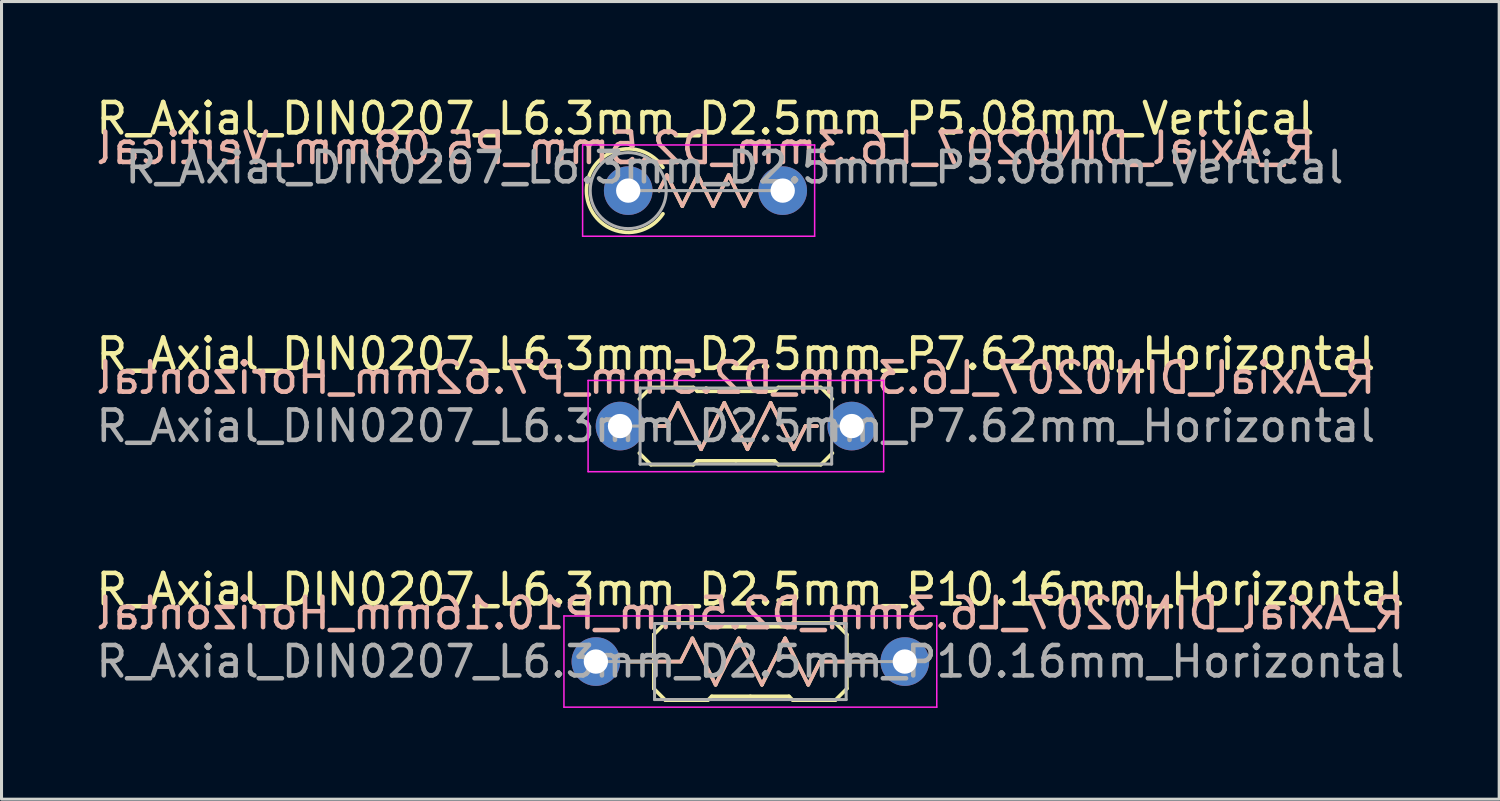
<source format=kicad_pcb>
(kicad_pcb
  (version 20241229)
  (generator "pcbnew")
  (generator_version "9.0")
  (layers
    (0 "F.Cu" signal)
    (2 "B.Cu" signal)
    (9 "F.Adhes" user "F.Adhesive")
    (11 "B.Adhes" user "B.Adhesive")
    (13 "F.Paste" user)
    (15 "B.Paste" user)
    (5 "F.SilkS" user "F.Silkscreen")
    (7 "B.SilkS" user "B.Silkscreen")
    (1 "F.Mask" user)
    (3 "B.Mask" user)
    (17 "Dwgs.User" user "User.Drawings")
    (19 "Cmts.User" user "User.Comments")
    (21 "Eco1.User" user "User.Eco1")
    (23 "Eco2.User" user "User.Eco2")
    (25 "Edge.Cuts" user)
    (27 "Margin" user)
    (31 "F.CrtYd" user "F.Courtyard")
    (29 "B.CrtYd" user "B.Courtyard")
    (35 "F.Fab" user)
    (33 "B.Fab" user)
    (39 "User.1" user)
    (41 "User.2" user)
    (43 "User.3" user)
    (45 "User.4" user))
  (footprint "R_Axial_DIN0207_L6.3mm_D2.5mm_P7.62mm_Horizontal"
    (layer "F.Cu")
    (at 17.339 10.961)
    (property "Reference" "R_Axial_DIN0207_L6.3mm_D2.5mm_P7.62mm_Horizontal" (at 3.81 -2.37 0) (layer "F.SilkS") (effects (font (size 1 1) (thickness 0.15))))
    (attr through_hole)
    (fp_line (start 0.635 -0.889) (end 1.016 -1.27) (stroke (width 0.12) (type solid)) (layer "F.SilkS"))
    (fp_line (start 0.635 0.889) (end 1.016 1.27) (stroke (width 0.12) (type solid)) (layer "F.SilkS"))
    (fp_line (start 1.016 -1.27) (end 2.413 -1.27) (stroke (width 0.12) (type solid)) (layer "F.SilkS"))
    (fp_line (start 1.016 1.27) (end 2.413 1.27) (stroke (width 0.12) (type solid)) (layer "F.SilkS"))
    (fp_line (start 1.524 0) (end 1.143 0) (stroke (width 0.12) (type solid)) (layer "F.SilkS"))
    (fp_line (start 1.524 0) (end 1.905 -0.762) (stroke (width 0.12) (type solid)) (layer "F.SilkS"))
    (fp_line (start 1.905 -0.762) (end 2.667 0.762) (stroke (width 0.12) (type solid)) (layer "F.SilkS"))
    (fp_line (start 2.413 -1.27) (end 2.54 -1.143) (stroke (width 0.12) (type solid)) (layer "F.SilkS"))
    (fp_line (start 2.413 1.27) (end 2.54 1.143) (stroke (width 0.12) (type solid)) (layer "F.SilkS"))
    (fp_line (start 2.54 -1.143) (end 3.81 -1.143) (stroke (width 0.12) (type solid)) (layer "F.SilkS"))
    (fp_line (start 2.54 1.143) (end 3.81 1.143) (stroke (width 0.12) (type solid)) (layer "F.SilkS"))
    (fp_line (start 2.667 0.762) (end 3.429 -0.762) (stroke (width 0.12) (type solid)) (layer "F.SilkS"))
    (fp_line (start 3.429 -0.762) (end 4.191 0.762) (stroke (width 0.12) (type solid)) (layer "F.SilkS"))
    (fp_line (start 4.191 0.762) (end 4.953 -0.762) (stroke (width 0.12) (type solid)) (layer "F.SilkS"))
    (fp_line (start 4.953 -0.762) (end 5.715 0.762) (stroke (width 0.12) (type solid)) (layer "F.SilkS"))
    (fp_line (start 5.08 -1.143) (end 3.81 -1.143) (stroke (width 0.12) (type solid)) (layer "F.SilkS"))
    (fp_line (start 5.08 1.143) (end 3.81 1.143) (stroke (width 0.12) (type solid)) (layer "F.SilkS"))
    (fp_line (start 5.207 -1.27) (end 5.08 -1.143) (stroke (width 0.12) (type solid)) (layer "F.SilkS"))
    (fp_line (start 5.207 1.27) (end 5.08 1.143) (stroke (width 0.12) (type solid)) (layer "F.SilkS"))
    (fp_line (start 5.715 0.762) (end 6.096 0) (stroke (width 0.12) (type solid)) (layer "F.SilkS"))
    (fp_line (start 6.477 0) (end 6.096 0) (stroke (width 0.12) (type solid)) (layer "F.SilkS"))
    (fp_line (start 6.604 -1.27) (end 5.207 -1.27) (stroke (width 0.12) (type solid)) (layer "F.SilkS"))
    (fp_line (start 6.604 1.27) (end 5.207 1.27) (stroke (width 0.12) (type solid)) (layer "F.SilkS"))
    (fp_line (start 6.985 -0.889) (end 6.604 -1.27) (stroke (width 0.12) (type solid)) (layer "F.SilkS"))
    (fp_line (start 6.985 0.889) (end 6.604 1.27) (stroke (width 0.12) (type solid)) (layer "F.SilkS"))
    (fp_line (start 1.143 0) (end 1.524 0) (stroke (width 0.12) (type solid)) (layer "B.SilkS"))
    (fp_line (start 1.524 0) (end 1.905 -0.762) (stroke (width 0.12) (type solid)) (layer "B.SilkS"))
    (fp_line (start 1.905 -0.762) (end 2.667 0.762) (stroke (width 0.12) (type solid)) (layer "B.SilkS"))
    (fp_line (start 2.667 0.762) (end 3.429 -0.762) (stroke (width 0.12) (type solid)) (layer "B.SilkS"))
    (fp_line (start 3.429 -0.762) (end 4.191 0.762) (stroke (width 0.12) (type solid)) (layer "B.SilkS"))
    (fp_line (start 4.191 0.762) (end 4.953 -0.762) (stroke (width 0.12) (type solid)) (layer "B.SilkS"))
    (fp_line (start 4.953 -0.762) (end 5.715 0.762) (stroke (width 0.12) (type solid)) (layer "B.SilkS"))
    (fp_line (start 5.715 0.762) (end 6.096 0) (stroke (width 0.12) (type solid)) (layer "B.SilkS"))
    (fp_line (start 6.096 0) (end 6.477 0) (stroke (width 0.12) (type solid)) (layer "B.SilkS"))
    (fp_line (start -1.05 -1.5) (end -1.05 1.5) (stroke (width 0.05) (type solid)) (layer "F.CrtYd"))
    (fp_line (start -1.05 1.5) (end 8.67 1.5) (stroke (width 0.05) (type solid)) (layer "F.CrtYd"))
    (fp_line (start 8.67 -1.5) (end -1.05 -1.5) (stroke (width 0.05) (type solid)) (layer "F.CrtYd"))
    (fp_line (start 8.67 1.5) (end 8.67 -1.5) (stroke (width 0.05) (type solid)) (layer "F.CrtYd"))
    (fp_line (start 0 0) (end 0.66 0) (stroke (width 0.1) (type solid)) (layer "F.Fab"))
    (fp_line (start 0.66 -1.25) (end 0.66 1.25) (stroke (width 0.1) (type solid)) (layer "F.Fab"))
    (fp_line (start 0.66 1.25) (end 6.96 1.25) (stroke (width 0.1) (type solid)) (layer "F.Fab"))
    (fp_line (start 6.96 -1.25) (end 0.66 -1.25) (stroke (width 0.1) (type solid)) (layer "F.Fab"))
    (fp_line (start 6.96 1.25) (end 6.96 -1.25) (stroke (width 0.1) (type solid)) (layer "F.Fab"))
    (fp_line (start 7.62 0) (end 6.96 0) (stroke (width 0.1) (type solid)) (layer "F.Fab"))
    (fp_text user "${REFERENCE}" (at 3.81 -1.587 0) (unlocked yes) (layer "B.SilkS") (effects (font (size 1 1) (thickness 0.15)) (justify mirror)))
    (fp_text user "${REFERENCE}" (at 3.81 0 0) (layer "F.Fab") (effects (font (size 1 1) (thickness 0.15))))
    (pad "1" thru_hole circle (at 0 0) (size 1.6 1.6) (drill 0.8) (layers "*.Cu" "*.Mask"))
    (pad "2" thru_hole oval (at 7.62 0) (size 1.6 1.6) (drill 0.8) (layers "*.Cu" "*.Mask")))
  (footprint "R_Axial_DIN0207_L6.3mm_D2.5mm_P10.16mm_Horizontal"
    (layer "F.Cu")
    (at 16.545 18.705)
    (property "Reference" "R_Axial_DIN0207_L6.3mm_D2.5mm_P10.16mm_Horizontal" (at 5.08 -2.37 0) (layer "F.SilkS") (effects (font (size 1 1) (thickness 0.15))))
    (attr through_hole)
    (fp_line (start 1.905 -0.889) (end 1.905 0.889) (stroke (width 0.12) (type solid)) (layer "F.SilkS"))
    (fp_line (start 1.905 -0.889) (end 2.286 -1.27) (stroke (width 0.12) (type solid)) (layer "F.SilkS"))
    (fp_line (start 1.905 0) (end 1.016 0) (stroke (width 0.12) (type solid)) (layer "F.SilkS"))
    (fp_line (start 1.905 0.889) (end 2.286 1.27) (stroke (width 0.12) (type solid)) (layer "F.SilkS"))
    (fp_line (start 2.286 -1.27) (end 3.683 -1.27) (stroke (width 0.12) (type solid)) (layer "F.SilkS"))
    (fp_line (start 2.286 1.27) (end 3.683 1.27) (stroke (width 0.12) (type solid)) (layer "F.SilkS"))
    (fp_line (start 2.794 0) (end 1.905 0) (stroke (width 0.12) (type solid)) (layer "F.SilkS"))
    (fp_line (start 2.794 0) (end 3.175 -0.762) (stroke (width 0.12) (type solid)) (layer "F.SilkS"))
    (fp_line (start 3.175 -0.762) (end 3.937 0.762) (stroke (width 0.12) (type solid)) (layer "F.SilkS"))
    (fp_line (start 3.683 -1.27) (end 3.81 -1.143) (stroke (width 0.12) (type solid)) (layer "F.SilkS"))
    (fp_line (start 3.683 1.27) (end 3.81 1.143) (stroke (width 0.12) (type solid)) (layer "F.SilkS"))
    (fp_line (start 3.81 -1.143) (end 5.08 -1.143) (stroke (width 0.12) (type solid)) (layer "F.SilkS"))
    (fp_line (start 3.81 1.143) (end 5.08 1.143) (stroke (width 0.12) (type solid)) (layer "F.SilkS"))
    (fp_line (start 3.937 0.762) (end 4.699 -0.762) (stroke (width 0.12) (type solid)) (layer "F.SilkS"))
    (fp_line (start 4.699 -0.762) (end 5.461 0.762) (stroke (width 0.12) (type solid)) (layer "F.SilkS"))
    (fp_line (start 5.461 0.762) (end 6.223 -0.762) (stroke (width 0.12) (type solid)) (layer "F.SilkS"))
    (fp_line (start 6.223 -0.762) (end 6.985 0.762) (stroke (width 0.12) (type solid)) (layer "F.SilkS"))
    (fp_line (start 6.35 -1.143) (end 5.08 -1.143) (stroke (width 0.12) (type solid)) (layer "F.SilkS"))
    (fp_line (start 6.35 1.143) (end 5.08 1.143) (stroke (width 0.12) (type solid)) (layer "F.SilkS"))
    (fp_line (start 6.477 -1.27) (end 6.35 -1.143) (stroke (width 0.12) (type solid)) (layer "F.SilkS"))
    (fp_line (start 6.477 1.27) (end 6.35 1.143) (stroke (width 0.12) (type solid)) (layer "F.SilkS"))
    (fp_line (start 6.985 0.762) (end 7.366 0) (stroke (width 0.12) (type solid)) (layer "F.SilkS"))
    (fp_line (start 7.874 -1.27) (end 6.477 -1.27) (stroke (width 0.12) (type solid)) (layer "F.SilkS"))
    (fp_line (start 7.874 1.27) (end 6.477 1.27) (stroke (width 0.12) (type solid)) (layer "F.SilkS"))
    (fp_line (start 8.255 -0.889) (end 7.874 -1.27) (stroke (width 0.12) (type solid)) (layer "F.SilkS"))
    (fp_line (start 8.255 -0.889) (end 8.255 0.889) (stroke (width 0.12) (type solid)) (layer "F.SilkS"))
    (fp_line (start 8.255 0) (end 7.366 0) (stroke (width 0.12) (type solid)) (layer "F.SilkS"))
    (fp_line (start 8.255 0) (end 9.144 0) (stroke (width 0.12) (type solid)) (layer "F.SilkS"))
    (fp_line (start 8.255 0.889) (end 7.874 1.27) (stroke (width 0.12) (type solid)) (layer "F.SilkS"))
    (fp_line (start 1.016 0) (end 2.794 0) (stroke (width 0.12) (type solid)) (layer "B.SilkS"))
    (fp_line (start 2.794 0) (end 3.175 -0.762) (stroke (width 0.12) (type solid)) (layer "B.SilkS"))
    (fp_line (start 3.175 -0.762) (end 3.937 0.762) (stroke (width 0.12) (type solid)) (layer "B.SilkS"))
    (fp_line (start 3.937 0.762) (end 4.699 -0.762) (stroke (width 0.12) (type solid)) (layer "B.SilkS"))
    (fp_line (start 4.699 -0.762) (end 5.461 0.762) (stroke (width 0.12) (type solid)) (layer "B.SilkS"))
    (fp_line (start 5.461 0.762) (end 6.223 -0.762) (stroke (width 0.12) (type solid)) (layer "B.SilkS"))
    (fp_line (start 6.223 -0.762) (end 6.985 0.762) (stroke (width 0.12) (type solid)) (layer "B.SilkS"))
    (fp_line (start 6.985 0.762) (end 7.366 0) (stroke (width 0.12) (type solid)) (layer "B.SilkS"))
    (fp_line (start 7.366 0) (end 9.144 0) (stroke (width 0.12) (type solid)) (layer "B.SilkS"))
    (fp_line (start -1.05 -1.5) (end -1.05 1.5) (stroke (width 0.05) (type solid)) (layer "F.CrtYd"))
    (fp_line (start -1.05 1.5) (end 11.21 1.5) (stroke (width 0.05) (type solid)) (layer "F.CrtYd"))
    (fp_line (start 11.21 -1.5) (end -1.05 -1.5) (stroke (width 0.05) (type solid)) (layer "F.CrtYd"))
    (fp_line (start 11.21 1.5) (end 11.21 -1.5) (stroke (width 0.05) (type solid)) (layer "F.CrtYd"))
    (fp_line (start 0 0) (end 1.93 0) (stroke (width 0.1) (type solid)) (layer "F.Fab"))
    (fp_line (start 1.93 -1.25) (end 1.93 1.25) (stroke (width 0.1) (type solid)) (layer "F.Fab"))
    (fp_line (start 1.93 1.25) (end 8.23 1.25) (stroke (width 0.1) (type solid)) (layer "F.Fab"))
    (fp_line (start 8.23 -1.25) (end 1.93 -1.25) (stroke (width 0.1) (type solid)) (layer "F.Fab"))
    (fp_line (start 8.23 1.25) (end 8.23 -1.25) (stroke (width 0.1) (type solid)) (layer "F.Fab"))
    (fp_line (start 10.16 0) (end 8.23 0) (stroke (width 0.1) (type solid)) (layer "F.Fab"))
    (fp_text user "${REFERENCE}" (at 5.08 -1.587 0) (unlocked yes) (layer "B.SilkS") (effects (font (size 1 1) (thickness 0.15)) (justify mirror)))
    (fp_text user "${REFERENCE}" (at 5.08 0 0) (layer "F.Fab") (effects (font (size 1 1) (thickness 0.15))))
    (pad "1" thru_hole circle (at 0 0) (size 1.6 1.6) (drill 0.8) (layers "*.Cu" "*.Mask"))
    (pad "2" thru_hole oval (at 10.16 0) (size 1.6 1.6) (drill 0.8) (layers "*.Cu" "*.Mask")))
  (footprint "R_Axial_DIN0207_L6.3mm_D2.5mm_P5.08mm_Vertical"
    (layer "F.Cu")
    (at 17.609 3.218)
    (property "Reference" "R_Axial_DIN0207_L6.3mm_D2.5mm_P5.08mm_Vertical" (at 2.54 -2.37 0) (layer "F.SilkS") (effects (font (size 1 1) (thickness 0.15))))
    (attr through_hole)
    (fp_line (start 1.016 0) (end 1.27 -0.508) (stroke (width 0.12) (type solid)) (layer "F.SilkS"))
    (fp_line (start 1.27 -0.508) (end 1.778 0.508) (stroke (width 0.12) (type solid)) (layer "F.SilkS"))
    (fp_line (start 1.778 0.508) (end 2.286 -0.508) (stroke (width 0.12) (type solid)) (layer "F.SilkS"))
    (fp_line (start 2.286 -0.508) (end 2.794 0.508) (stroke (width 0.12) (type solid)) (layer "F.SilkS"))
    (fp_line (start 2.794 0.508) (end 3.302 -0.508) (stroke (width 0.12) (type solid)) (layer "F.SilkS"))
    (fp_line (start 3.302 -0.508) (end 3.81 0.508) (stroke (width 0.12) (type solid)) (layer "F.SilkS"))
    (fp_line (start 3.81 0.508) (end 4.064 0) (stroke (width 0.12) (type solid)) (layer "F.SilkS"))
    (fp_arc (start 1.143 0.762) (mid -1.373715 0) (end 1.143 -0.762) (stroke (width 0.12) (type solid)) (layer "F.SilkS"))
    (fp_line (start 1.016 0) (end 1.27 -0.508) (stroke (width 0.12) (type solid)) (layer "B.SilkS"))
    (fp_line (start 1.27 -0.508) (end 1.778 0.508) (stroke (width 0.12) (type solid)) (layer "B.SilkS"))
    (fp_line (start 1.778 0.508) (end 2.286 -0.508) (stroke (width 0.12) (type solid)) (layer "B.SilkS"))
    (fp_line (start 2.286 -0.508) (end 2.794 0.508) (stroke (width 0.12) (type solid)) (layer "B.SilkS"))
    (fp_line (start 2.794 0.508) (end 3.302 -0.508) (stroke (width 0.12) (type solid)) (layer "B.SilkS"))
    (fp_line (start 3.302 -0.508) (end 3.81 0.508) (stroke (width 0.12) (type solid)) (layer "B.SilkS"))
    (fp_line (start 3.81 0.508) (end 4.064 0) (stroke (width 0.12) (type solid)) (layer "B.SilkS"))
    (fp_line (start -1.5 -1.5) (end -1.5 1.5) (stroke (width 0.05) (type solid)) (layer "F.CrtYd"))
    (fp_line (start -1.5 1.5) (end 6.13 1.5) (stroke (width 0.05) (type solid)) (layer "F.CrtYd"))
    (fp_line (start 6.13 -1.5) (end -1.5 -1.5) (stroke (width 0.05) (type solid)) (layer "F.CrtYd"))
    (fp_line (start 6.13 1.5) (end 6.13 -1.5) (stroke (width 0.05) (type solid)) (layer "F.CrtYd"))
    (fp_line (start 0 0) (end 5.08 0) (stroke (width 0.1) (type solid)) (layer "F.Fab"))
    (fp_circle (center 0 0) (end 1.25 0) (stroke (width 0.1) (type solid)) (fill no) (layer "F.Fab"))
    (fp_text user "${REFERENCE}" (at 2.54 -1.397 0) (unlocked yes) (layer "B.SilkS") (effects (font (size 1 1) (thickness 0.15)) (justify mirror)))
    (fp_text user "${REFERENCE}" (at 3.493 -0.762 0) (layer "F.Fab") (effects (font (size 1 1) (thickness 0.15))))
    (pad "1" thru_hole circle (at 0 0) (size 1.6 1.6) (drill 0.8) (layers "*.Cu" "*.Mask"))
    (pad "2" thru_hole oval (at 5.08 0) (size 1.6 1.6) (drill 0.8) (layers "*.Cu" "*.Mask")))
  (gr_rect
    (start -3 -3)
    (end 46.25 23.23)
    (stroke (width 0.1) (type default))
    (fill no)
    (layer "Edge.Cuts")))
</source>
